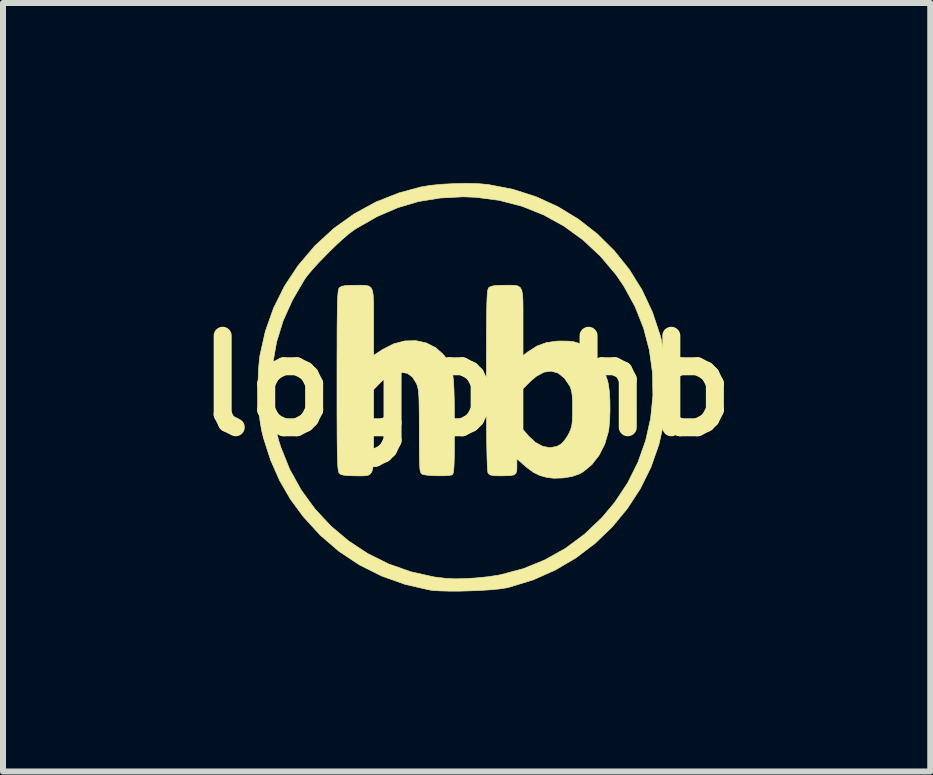
<source format=kicad_pcb>
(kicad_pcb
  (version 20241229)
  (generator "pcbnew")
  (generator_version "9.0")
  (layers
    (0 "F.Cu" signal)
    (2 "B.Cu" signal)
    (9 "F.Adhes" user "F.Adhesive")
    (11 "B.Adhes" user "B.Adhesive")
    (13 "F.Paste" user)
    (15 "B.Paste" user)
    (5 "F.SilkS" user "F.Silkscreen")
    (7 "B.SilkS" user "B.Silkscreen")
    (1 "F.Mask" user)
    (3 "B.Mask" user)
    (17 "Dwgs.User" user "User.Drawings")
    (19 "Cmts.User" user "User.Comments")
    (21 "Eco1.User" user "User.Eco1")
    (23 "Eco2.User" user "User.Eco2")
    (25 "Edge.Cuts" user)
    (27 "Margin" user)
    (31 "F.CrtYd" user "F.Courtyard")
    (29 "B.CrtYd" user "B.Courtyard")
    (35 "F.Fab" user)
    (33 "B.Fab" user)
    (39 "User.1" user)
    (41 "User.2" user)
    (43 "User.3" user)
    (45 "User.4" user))
  (footprint "logo hb"
    (layer "F.Cu")
    (at 4.724 3.379)
    (property "Reference" "logo hb" (at 0 0 0) (layer "F.SilkS") (effects (font (size 1.524 1.524) (thickness 0.3))))
    (attr through_hole)
    (fp_poly (pts (xy 0.8 -1.675) (xy 0.855 -1.664) (xy 0.894 -1.638) (xy 0.919 -1.592) (xy 0.933 -1.519) (xy 0.939 -1.414) (xy 0.94 -1.271) (xy 0.94 -1.083) (xy 0.94 -1.065) (xy 0.94 -0.505) (xy 1.024 -0.569) (xy 1.173 -0.664) (xy 1.33 -0.721) (xy 1.509 -0.746) (xy 1.575 -0.747) (xy 1.696 -0.745) (xy 1.785 -0.735) (xy 1.859 -0.713) (xy 1.91 -0.69) (xy 2.056 -0.592) (xy 2.181 -0.452) (xy 2.281 -0.28) (xy 2.35 -0.082) (xy 2.363 -0.024) (xy 2.379 0.096) (xy 2.388 0.248) (xy 2.389 0.413) (xy 2.384 0.574) (xy 2.371 0.711) (xy 2.363 0.762) (xy 2.303 0.968) (xy 2.209 1.154) (xy 2.088 1.311) (xy 1.945 1.43) (xy 1.875 1.469) (xy 1.753 1.511) (xy 1.604 1.534) (xy 1.451 1.539) (xy 1.329 1.524) (xy 1.217 1.492) (xy 1.117 1.443) (xy 1.011 1.366) (xy 0.959 1.321) (xy 0.838 1.215) (xy 0.838 1.341) (xy 0.836 1.411) (xy 0.822 1.457) (xy 0.788 1.483) (xy 0.726 1.495) (xy 0.625 1.498) (xy 0.57 1.499) (xy 0.47 1.497) (xy 0.409 1.489) (xy 0.375 1.473) (xy 0.356 1.449) (xy 0.35 1.412) (xy 0.345 1.323) (xy 0.34 1.186) (xy 0.336 0.999) (xy 0.333 0.764) (xy 0.331 0.481) (xy 0.33 0.151) (xy 0.33 0.048) (xy 0.94 0.048) (xy 0.94 0.727) (xy 1.028 0.831) (xy 1.144 0.94) (xy 1.267 1.007) (xy 1.389 1.03) (xy 1.505 1.008) (xy 1.574 0.97) (xy 1.623 0.919) (xy 1.676 0.844) (xy 1.702 0.798) (xy 1.73 0.739) (xy 1.748 0.682) (xy 1.759 0.614) (xy 1.764 0.524) (xy 1.765 0.396) (xy 1.765 0.382) (xy 1.764 0.244) (xy 1.758 0.145) (xy 1.746 0.075) (xy 1.728 0.02) (xy 1.718 0) (xy 1.628 -0.131) (xy 1.526 -0.212) (xy 1.413 -0.245) (xy 1.292 -0.229) (xy 1.165 -0.162) (xy 1.064 -0.076) (xy 0.94 0.048) (xy 0.33 0.048) (xy 0.33 -0.098) (xy 0.33 -0.415) (xy 0.331 -0.684) (xy 0.332 -0.911) (xy 0.333 -1.098) (xy 0.335 -1.25) (xy 0.337 -1.37) (xy 0.341 -1.462) (xy 0.345 -1.53) (xy 0.35 -1.578) (xy 0.357 -1.61) (xy 0.364 -1.629) (xy 0.37 -1.636) (xy 0.407 -1.658) (xy 0.47 -1.671) (xy 0.57 -1.676) (xy 0.626 -1.676) (xy 0.724 -1.677) (xy 0.8 -1.675)) (stroke (width 0.01) (type solid)) (fill yes) (layer "F.SilkS"))
    (fp_poly (pts (xy -1.689 -1.675) (xy -1.634 -1.664) (xy -1.595 -1.638) (xy -1.57 -1.592) (xy -1.557 -1.519) (xy -1.55 -1.413) (xy -1.549 -1.27) (xy -1.549 -1.081) (xy -1.549 -1.066) (xy -1.549 -0.509) (xy -1.395 -0.609) (xy -1.214 -0.701) (xy -1.029 -0.749) (xy -0.846 -0.753) (xy -0.672 -0.716) (xy -0.515 -0.636) (xy -0.397 -0.532) (xy -0.348 -0.474) (xy -0.308 -0.418) (xy -0.275 -0.356) (xy -0.251 -0.285) (xy -0.232 -0.197) (xy -0.219 -0.088) (xy -0.211 0.05) (xy -0.206 0.221) (xy -0.204 0.431) (xy -0.203 0.678) (xy -0.203 0.902) (xy -0.204 1.079) (xy -0.206 1.217) (xy -0.209 1.319) (xy -0.214 1.391) (xy -0.22 1.439) (xy -0.228 1.467) (xy -0.238 1.48) (xy -0.243 1.483) (xy -0.297 1.493) (xy -0.384 1.498) (xy -0.486 1.498) (xy -0.59 1.494) (xy -0.677 1.486) (xy -0.733 1.475) (xy -0.738 1.472) (xy -0.753 1.462) (xy -0.764 1.445) (xy -0.773 1.416) (xy -0.779 1.368) (xy -0.783 1.296) (xy -0.786 1.195) (xy -0.787 1.057) (xy -0.788 0.878) (xy -0.788 0.755) (xy -0.788 0.546) (xy -0.79 0.381) (xy -0.792 0.254) (xy -0.796 0.158) (xy -0.802 0.087) (xy -0.811 0.035) (xy -0.822 -0.006) (xy -0.836 -0.041) (xy -0.902 -0.147) (xy -0.986 -0.208) (xy -1.095 -0.228) (xy -1.104 -0.229) (xy -1.208 -0.213) (xy -1.309 -0.162) (xy -1.419 -0.072) (xy -1.454 -0.036) (xy -1.549 0.062) (xy -1.549 0.754) (xy -1.549 0.968) (xy -1.549 1.137) (xy -1.553 1.266) (xy -1.561 1.361) (xy -1.577 1.425) (xy -1.603 1.467) (xy -1.641 1.489) (xy -1.693 1.498) (xy -1.762 1.5) (xy -1.849 1.499) (xy -1.863 1.499) (xy -1.982 1.496) (xy -2.06 1.486) (xy -2.106 1.469) (xy -2.119 1.459) (xy -2.127 1.446) (xy -2.135 1.423) (xy -2.141 1.387) (xy -2.146 1.333) (xy -2.15 1.257) (xy -2.153 1.157) (xy -2.155 1.027) (xy -2.157 0.865) (xy -2.158 0.666) (xy -2.159 0.426) (xy -2.159 0.142) (xy -2.159 -0.089) (xy -2.159 -0.407) (xy -2.158 -0.677) (xy -2.158 -0.905) (xy -2.156 -1.093) (xy -2.154 -1.245) (xy -2.152 -1.366) (xy -2.149 -1.459) (xy -2.144 -1.528) (xy -2.139 -1.577) (xy -2.133 -1.609) (xy -2.125 -1.628) (xy -2.119 -1.636) (xy -2.083 -1.658) (xy -2.019 -1.671) (xy -1.92 -1.676) (xy -1.863 -1.676) (xy -1.765 -1.677) (xy -1.689 -1.675)) (stroke (width 0.01) (type solid)) (fill yes) (layer "F.SilkS"))
    (fp_poly (pts (xy 0.198 -3.369) (xy 0.362 -3.354) (xy 0.768 -3.276) (xy 1.156 -3.152) (xy 1.522 -2.985) (xy 1.863 -2.777) (xy 2.177 -2.532) (xy 2.46 -2.252) (xy 2.71 -1.94) (xy 2.923 -1.598) (xy 3.096 -1.229) (xy 3.227 -0.836) (xy 3.241 -0.782) (xy 3.282 -0.574) (xy 3.31 -0.332) (xy 3.324 -0.073) (xy 3.325 0.186) (xy 3.311 0.43) (xy 3.292 0.584) (xy 3.204 0.979) (xy 3.071 1.356) (xy 2.895 1.712) (xy 2.679 2.044) (xy 2.427 2.349) (xy 2.142 2.623) (xy 1.825 2.864) (xy 1.481 3.067) (xy 1.113 3.231) (xy 0.723 3.351) (xy 0.66 3.366) (xy 0.558 3.382) (xy 0.418 3.396) (xy 0.251 3.407) (xy 0.069 3.415) (xy -0.115 3.42) (xy -0.29 3.42) (xy -0.444 3.416) (xy -0.566 3.408) (xy -0.61 3.402) (xy -1.026 3.307) (xy -1.418 3.167) (xy -1.786 2.983) (xy -2.127 2.756) (xy -2.439 2.488) (xy -2.721 2.179) (xy -2.936 1.887) (xy -3.116 1.575) (xy -3.267 1.233) (xy -3.382 0.876) (xy -3.416 0.737) (xy -3.443 0.575) (xy -3.462 0.379) (xy -3.472 0.163) (xy -3.474 0.028) (xy -3.251 0.028) (xy -3.239 0.339) (xy -3.201 0.625) (xy -3.133 0.905) (xy -3.096 1.02) (xy -2.947 1.391) (xy -2.756 1.735) (xy -2.527 2.05) (xy -2.263 2.334) (xy -1.967 2.583) (xy -1.644 2.796) (xy -1.296 2.968) (xy -0.926 3.098) (xy -0.539 3.184) (xy -0.33 3.209) (xy -0.191 3.215) (xy -0.019 3.211) (xy 0.169 3.199) (xy 0.355 3.18) (xy 0.523 3.155) (xy 0.564 3.147) (xy 0.945 3.046) (xy 1.307 2.898) (xy 1.649 2.706) (xy 1.965 2.471) (xy 2.253 2.197) (xy 2.467 1.943) (xy 2.684 1.616) (xy 2.856 1.27) (xy 2.984 0.909) (xy 3.067 0.537) (xy 3.104 0.159) (xy 3.097 -0.22) (xy 3.045 -0.596) (xy 2.948 -0.965) (xy 2.806 -1.322) (xy 2.619 -1.663) (xy 2.49 -1.852) (xy 2.23 -2.16) (xy 1.94 -2.431) (xy 1.623 -2.661) (xy 1.282 -2.849) (xy 0.922 -2.993) (xy 0.544 -3.091) (xy 0.154 -3.142) (xy -0.059 -3.15) (xy -0.441 -3.13) (xy -0.803 -3.071) (xy -1.15 -2.968) (xy -1.49 -2.821) (xy -1.832 -2.626) (xy -1.876 -2.598) (xy -1.962 -2.534) (xy -2.071 -2.44) (xy -2.195 -2.326) (xy -2.323 -2.199) (xy -2.448 -2.071) (xy -2.56 -1.949) (xy -2.649 -1.843) (xy -2.7 -1.774) (xy -2.902 -1.428) (xy -3.057 -1.084) (xy -3.165 -0.734) (xy -3.229 -0.372) (xy -3.251 0.009) (xy -3.251 0.028) (xy -3.474 0.028) (xy -3.474 -0.058) (xy -3.468 -0.267) (xy -3.451 -0.45) (xy -3.444 -0.502) (xy -3.354 -0.907) (xy -3.217 -1.294) (xy -3.034 -1.662) (xy -2.806 -2.006) (xy -2.536 -2.324) (xy -2.522 -2.339) (xy -2.213 -2.623) (xy -1.876 -2.864) (xy -1.514 -3.062) (xy -1.127 -3.215) (xy -0.762 -3.314) (xy -0.606 -3.34) (xy -0.416 -3.359) (xy -0.207 -3.37) (xy 0.003 -3.374) (xy 0.198 -3.369)) (stroke (width 0.01) (type solid)) (fill yes) (layer "F.SilkS")))
  (gr_rect
    (start -3 -3)
    (end 12.449 9.804)
    (stroke (width 0.1) (type default))
    (fill no)
    (layer "Edge.Cuts")))
</source>
